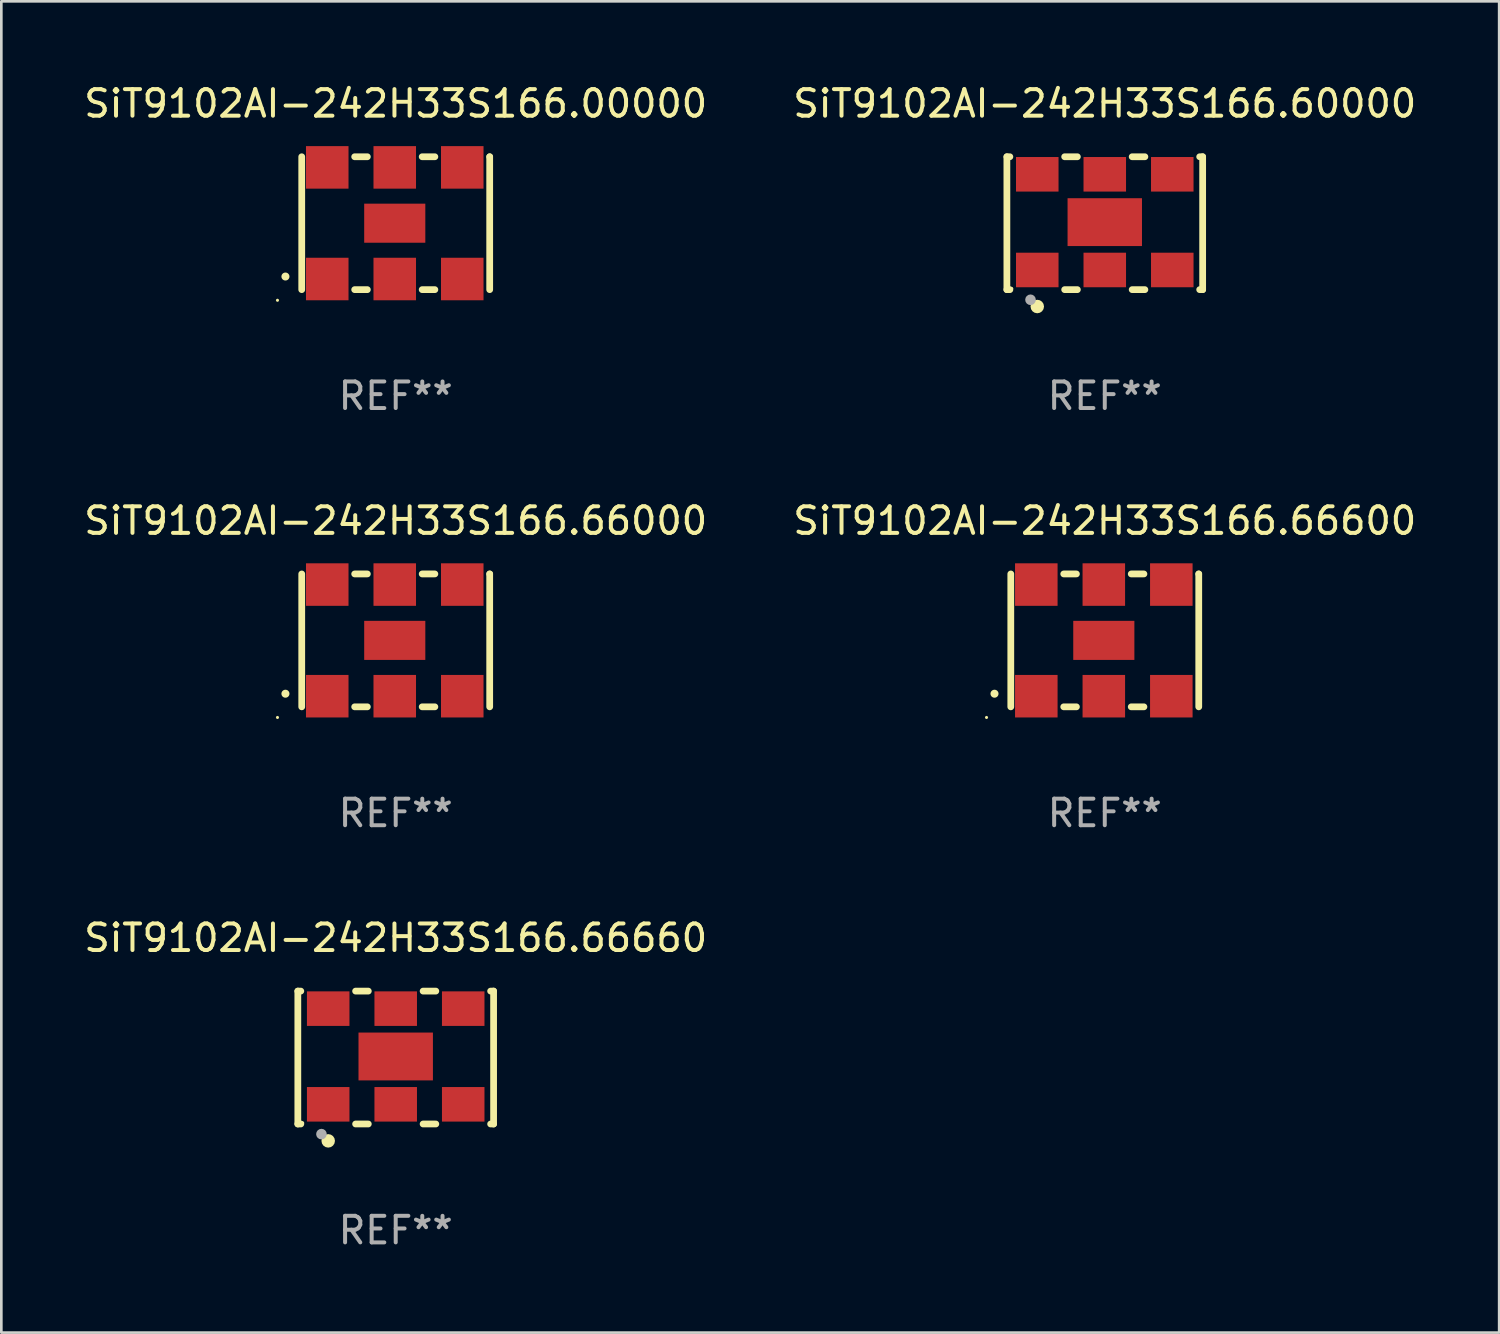
<source format=kicad_pcb>
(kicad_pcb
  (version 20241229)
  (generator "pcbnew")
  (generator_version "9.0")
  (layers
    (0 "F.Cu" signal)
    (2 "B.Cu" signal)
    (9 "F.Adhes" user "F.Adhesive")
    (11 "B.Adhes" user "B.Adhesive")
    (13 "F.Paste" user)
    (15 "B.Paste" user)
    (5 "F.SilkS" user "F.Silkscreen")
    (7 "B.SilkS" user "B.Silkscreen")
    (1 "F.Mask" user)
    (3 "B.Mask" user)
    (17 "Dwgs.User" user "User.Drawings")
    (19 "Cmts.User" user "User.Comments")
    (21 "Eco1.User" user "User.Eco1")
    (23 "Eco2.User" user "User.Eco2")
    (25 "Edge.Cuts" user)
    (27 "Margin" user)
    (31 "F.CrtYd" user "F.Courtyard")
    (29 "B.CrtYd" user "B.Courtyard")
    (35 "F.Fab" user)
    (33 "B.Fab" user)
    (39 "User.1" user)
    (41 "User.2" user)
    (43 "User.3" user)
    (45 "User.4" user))
  (footprint "SiT9102AI-242H33S166.60000"
    (layer "F.Cu")
    (at 38.518 5.348)
    (property "Reference" "SiT9102AI-242H33S166.60000" (at 0 -4.5 0) (layer "F.SilkS") (effects (font (size 1 1) (thickness 0.15))))
    (attr through_hole)
    (fp_line (start -3.683 -2.5) (end -3.571 -2.5) (stroke (width 0.254) (type solid)) (layer "F.SilkS"))
    (fp_line (start -3.683 2.5) (end -3.683 -2.5) (stroke (width 0.254) (type solid)) (layer "F.SilkS"))
    (fp_line (start -3.683 2.5) (end -3.571 2.5) (stroke (width 0.254) (type solid)) (layer "F.SilkS"))
    (fp_line (start -1.509 -2.5) (end -1.031 -2.5) (stroke (width 0.254) (type solid)) (layer "F.SilkS"))
    (fp_line (start -1.509 2.5) (end -1.031 2.5) (stroke (width 0.254) (type solid)) (layer "F.SilkS"))
    (fp_line (start 1.031 -2.5) (end 1.509 -2.5) (stroke (width 0.254) (type solid)) (layer "F.SilkS"))
    (fp_line (start 1.031 2.5) (end 1.509 2.5) (stroke (width 0.254) (type solid)) (layer "F.SilkS"))
    (fp_line (start 3.571 -2.5) (end 3.683 -2.5) (stroke (width 0.254) (type solid)) (layer "F.SilkS"))
    (fp_line (start 3.571 2.5) (end 3.683 2.5) (stroke (width 0.254) (type solid)) (layer "F.SilkS"))
    (fp_line (start 3.683 2.5) (end 3.683 -2.5) (stroke (width 0.254) (type solid)) (layer "F.SilkS"))
    (fp_circle (center -3.5 2.46) (end -3.47 2.46) (stroke (width 0.06) (type solid)) (fill no) (layer "F.SilkS"))
    (fp_circle (center -2.54 3.135) (end -2.413 3.135) (stroke (width 0.254) (type solid)) (fill no) (layer "F.SilkS"))
    (fp_circle (center -2.794 2.881) (end -2.694 2.881) (stroke (width 0.2) (type solid)) (fill no) (layer "F.Fab"))
    (fp_text user "REF**" (at 0 6.5 0) (layer "F.Fab") (effects (font (size 1 1) (thickness 0.15))))
    (pad "1" smd rect (at -2.54 1.76) (size 1.6 1.3) (layers "F.Cu" "F.Mask" "F.Paste"))
    (pad "2" smd rect (at 0 1.76) (size 1.6 1.3) (layers "F.Cu" "F.Mask" "F.Paste"))
    (pad "3" smd rect (at 2.54 1.76) (size 1.6 1.3) (layers "F.Cu" "F.Mask" "F.Paste"))
    (pad "4" smd rect (at 2.54 -1.84) (size 1.6 1.3) (layers "F.Cu" "F.Mask" "F.Paste"))
    (pad "5" smd rect (at 0 -1.84) (size 1.6 1.3) (layers "F.Cu" "F.Mask" "F.Paste"))
    (pad "6" smd rect (at -2.54 -1.84) (size 1.6 1.3) (layers "F.Cu" "F.Mask" "F.Paste"))
    (pad "7" smd rect (at 0 -0.04) (size 2.8 1.8) (layers "F.Cu" "F.Mask" "F.Paste")))
  (footprint "SiT9102AI-242H33S166.66600"
    (layer "F.Cu")
    (at 38.518 21.045)
    (property "Reference" "SiT9102AI-242H33S166.66600" (at 0 -4.5 0) (layer "F.SilkS") (effects (font (size 1 1) (thickness 0.15))))
    (attr through_hole)
    (fp_line (start -3.536 -2.5) (end -3.536 2.5) (stroke (width 0.254) (type solid)) (layer "F.SilkS"))
    (fp_line (start -1.544 2.5) (end -1.067 2.5) (stroke (width 0.254) (type solid)) (layer "F.SilkS"))
    (fp_line (start -1.067 -2.5) (end -1.544 -2.5) (stroke (width 0.254) (type solid)) (layer "F.SilkS"))
    (fp_line (start 0.996 2.5) (end 1.473 2.5) (stroke (width 0.254) (type solid)) (layer "F.SilkS"))
    (fp_line (start 1.473 -2.5) (end 0.996 -2.5) (stroke (width 0.254) (type solid)) (layer "F.SilkS"))
    (fp_line (start 3.536 -2.5) (end 3.536 -2.5) (stroke (width 0.254) (type solid)) (layer "F.SilkS"))
    (fp_line (start 3.536 2.5) (end 3.536 -2.5) (stroke (width 0.254) (type solid)) (layer "F.SilkS"))
    (fp_arc (start -4.150432 2.006604) (mid -4.149162 2.006599) (end -4.147892 2.006604) (stroke (width 0.3) (type solid)) (layer "F.SilkS"))
    (fp_circle (center -4.449 2.9) (end -4.419 2.9) (stroke (width 0.06) (type solid)) (fill no) (layer "F.SilkS"))
    (fp_text user "REF**" (at 0 6.5 0) (layer "F.Fab") (effects (font (size 1 1) (thickness 0.15))))
    (pad "1" smd rect (at -2.576 2.1) (size 1.6 1.6) (layers "F.Cu" "F.Mask" "F.Paste"))
    (pad "2" smd rect (at -0.036 2.1) (size 1.6 1.6) (layers "F.Cu" "F.Mask" "F.Paste"))
    (pad "3" smd rect (at 2.504 2.1) (size 1.6 1.6) (layers "F.Cu" "F.Mask" "F.Paste"))
    (pad "4" smd rect (at 2.504 -2.1) (size 1.6 1.6) (layers "F.Cu" "F.Mask" "F.Paste"))
    (pad "5" smd rect (at -0.036 -2.1) (size 1.6 1.6) (layers "F.Cu" "F.Mask" "F.Paste"))
    (pad "6" smd rect (at -2.576 -2.1) (size 1.6 1.6) (layers "F.Cu" "F.Mask" "F.Paste"))
    (pad "7" smd rect (at -0.036 0) (size 2.3 1.47) (layers "F.Cu" "F.Mask" "F.Paste")))
  (footprint "SiT9102AI-242H33S166.66000"
    (layer "F.Cu")
    (at 11.839 21.045)
    (property "Reference" "SiT9102AI-242H33S166.66000" (at 0 -4.5 0) (layer "F.SilkS") (effects (font (size 1 1) (thickness 0.15))))
    (attr through_hole)
    (fp_line (start -3.536 -2.5) (end -3.536 2.5) (stroke (width 0.254) (type solid)) (layer "F.SilkS"))
    (fp_line (start -1.544 2.5) (end -1.067 2.5) (stroke (width 0.254) (type solid)) (layer "F.SilkS"))
    (fp_line (start -1.067 -2.5) (end -1.544 -2.5) (stroke (width 0.254) (type solid)) (layer "F.SilkS"))
    (fp_line (start 0.996 2.5) (end 1.473 2.5) (stroke (width 0.254) (type solid)) (layer "F.SilkS"))
    (fp_line (start 1.473 -2.5) (end 0.996 -2.5) (stroke (width 0.254) (type solid)) (layer "F.SilkS"))
    (fp_line (start 3.536 -2.5) (end 3.536 -2.5) (stroke (width 0.254) (type solid)) (layer "F.SilkS"))
    (fp_line (start 3.536 2.5) (end 3.536 -2.5) (stroke (width 0.254) (type solid)) (layer "F.SilkS"))
    (fp_arc (start -4.150432 2.006604) (mid -4.149162 2.006599) (end -4.147892 2.006604) (stroke (width 0.3) (type solid)) (layer "F.SilkS"))
    (fp_circle (center -4.449 2.9) (end -4.419 2.9) (stroke (width 0.06) (type solid)) (fill no) (layer "F.SilkS"))
    (fp_text user "REF**" (at 0 6.5 0) (layer "F.Fab") (effects (font (size 1 1) (thickness 0.15))))
    (pad "1" smd rect (at -2.576 2.1) (size 1.6 1.6) (layers "F.Cu" "F.Mask" "F.Paste"))
    (pad "2" smd rect (at -0.036 2.1) (size 1.6 1.6) (layers "F.Cu" "F.Mask" "F.Paste"))
    (pad "3" smd rect (at 2.504 2.1) (size 1.6 1.6) (layers "F.Cu" "F.Mask" "F.Paste"))
    (pad "4" smd rect (at 2.504 -2.1) (size 1.6 1.6) (layers "F.Cu" "F.Mask" "F.Paste"))
    (pad "5" smd rect (at -0.036 -2.1) (size 1.6 1.6) (layers "F.Cu" "F.Mask" "F.Paste"))
    (pad "6" smd rect (at -2.576 -2.1) (size 1.6 1.6) (layers "F.Cu" "F.Mask" "F.Paste"))
    (pad "7" smd rect (at -0.036 0) (size 2.3 1.47) (layers "F.Cu" "F.Mask" "F.Paste")))
  (footprint "SiT9102AI-242H33S166.00000"
    (layer "F.Cu")
    (at 11.839 5.348)
    (property "Reference" "SiT9102AI-242H33S166.00000" (at 0 -4.5 0) (layer "F.SilkS") (effects (font (size 1 1) (thickness 0.15))))
    (attr through_hole)
    (fp_line (start -3.536 -2.5) (end -3.536 2.5) (stroke (width 0.254) (type solid)) (layer "F.SilkS"))
    (fp_line (start -1.544 2.5) (end -1.067 2.5) (stroke (width 0.254) (type solid)) (layer "F.SilkS"))
    (fp_line (start -1.067 -2.5) (end -1.544 -2.5) (stroke (width 0.254) (type solid)) (layer "F.SilkS"))
    (fp_line (start 0.996 2.5) (end 1.473 2.5) (stroke (width 0.254) (type solid)) (layer "F.SilkS"))
    (fp_line (start 1.473 -2.5) (end 0.996 -2.5) (stroke (width 0.254) (type solid)) (layer "F.SilkS"))
    (fp_line (start 3.536 -2.5) (end 3.536 -2.5) (stroke (width 0.254) (type solid)) (layer "F.SilkS"))
    (fp_line (start 3.536 2.5) (end 3.536 -2.5) (stroke (width 0.254) (type solid)) (layer "F.SilkS"))
    (fp_arc (start -4.150432 2.006604) (mid -4.149162 2.006599) (end -4.147892 2.006604) (stroke (width 0.3) (type solid)) (layer "F.SilkS"))
    (fp_circle (center -4.449 2.9) (end -4.419 2.9) (stroke (width 0.06) (type solid)) (fill no) (layer "F.SilkS"))
    (fp_text user "REF**" (at 0 6.5 0) (layer "F.Fab") (effects (font (size 1 1) (thickness 0.15))))
    (pad "1" smd rect (at -2.576 2.1) (size 1.6 1.6) (layers "F.Cu" "F.Mask" "F.Paste"))
    (pad "2" smd rect (at -0.036 2.1) (size 1.6 1.6) (layers "F.Cu" "F.Mask" "F.Paste"))
    (pad "3" smd rect (at 2.504 2.1) (size 1.6 1.6) (layers "F.Cu" "F.Mask" "F.Paste"))
    (pad "4" smd rect (at 2.504 -2.1) (size 1.6 1.6) (layers "F.Cu" "F.Mask" "F.Paste"))
    (pad "5" smd rect (at -0.036 -2.1) (size 1.6 1.6) (layers "F.Cu" "F.Mask" "F.Paste"))
    (pad "6" smd rect (at -2.576 -2.1) (size 1.6 1.6) (layers "F.Cu" "F.Mask" "F.Paste"))
    (pad "7" smd rect (at -0.036 0) (size 2.3 1.47) (layers "F.Cu" "F.Mask" "F.Paste")))
  (footprint "SiT9102AI-242H33S166.66660"
    (layer "F.Cu")
    (at 11.839 36.741)
    (property "Reference" "SiT9102AI-242H33S166.66660" (at 0 -4.5 0) (layer "F.SilkS") (effects (font (size 1 1) (thickness 0.15))))
    (attr through_hole)
    (fp_line (start -3.683 -2.5) (end -3.571 -2.5) (stroke (width 0.254) (type solid)) (layer "F.SilkS"))
    (fp_line (start -3.683 2.5) (end -3.683 -2.5) (stroke (width 0.254) (type solid)) (layer "F.SilkS"))
    (fp_line (start -3.683 2.5) (end -3.571 2.5) (stroke (width 0.254) (type solid)) (layer "F.SilkS"))
    (fp_line (start -1.509 -2.5) (end -1.031 -2.5) (stroke (width 0.254) (type solid)) (layer "F.SilkS"))
    (fp_line (start -1.509 2.5) (end -1.031 2.5) (stroke (width 0.254) (type solid)) (layer "F.SilkS"))
    (fp_line (start 1.031 -2.5) (end 1.509 -2.5) (stroke (width 0.254) (type solid)) (layer "F.SilkS"))
    (fp_line (start 1.031 2.5) (end 1.509 2.5) (stroke (width 0.254) (type solid)) (layer "F.SilkS"))
    (fp_line (start 3.571 -2.5) (end 3.683 -2.5) (stroke (width 0.254) (type solid)) (layer "F.SilkS"))
    (fp_line (start 3.571 2.5) (end 3.683 2.5) (stroke (width 0.254) (type solid)) (layer "F.SilkS"))
    (fp_line (start 3.683 2.5) (end 3.683 -2.5) (stroke (width 0.254) (type solid)) (layer "F.SilkS"))
    (fp_circle (center -3.5 2.46) (end -3.47 2.46) (stroke (width 0.06) (type solid)) (fill no) (layer "F.SilkS"))
    (fp_circle (center -2.54 3.135) (end -2.413 3.135) (stroke (width 0.254) (type solid)) (fill no) (layer "F.SilkS"))
    (fp_circle (center -2.794 2.881) (end -2.694 2.881) (stroke (width 0.2) (type solid)) (fill no) (layer "F.Fab"))
    (fp_text user "REF**" (at 0 6.5 0) (layer "F.Fab") (effects (font (size 1 1) (thickness 0.15))))
    (pad "1" smd rect (at -2.54 1.76) (size 1.6 1.3) (layers "F.Cu" "F.Mask" "F.Paste"))
    (pad "2" smd rect (at 0 1.76) (size 1.6 1.3) (layers "F.Cu" "F.Mask" "F.Paste"))
    (pad "3" smd rect (at 2.54 1.76) (size 1.6 1.3) (layers "F.Cu" "F.Mask" "F.Paste"))
    (pad "4" smd rect (at 2.54 -1.84) (size 1.6 1.3) (layers "F.Cu" "F.Mask" "F.Paste"))
    (pad "5" smd rect (at 0 -1.84) (size 1.6 1.3) (layers "F.Cu" "F.Mask" "F.Paste"))
    (pad "6" smd rect (at -2.54 -1.84) (size 1.6 1.3) (layers "F.Cu" "F.Mask" "F.Paste"))
    (pad "7" smd rect (at 0 -0.04) (size 2.8 1.8) (layers "F.Cu" "F.Mask" "F.Paste")))
  (gr_rect
    (start -3 -3)
    (end 53.357 47.09)
    (stroke (width 0.1) (type default))
    (fill no)
    (layer "Edge.Cuts")))
</source>
